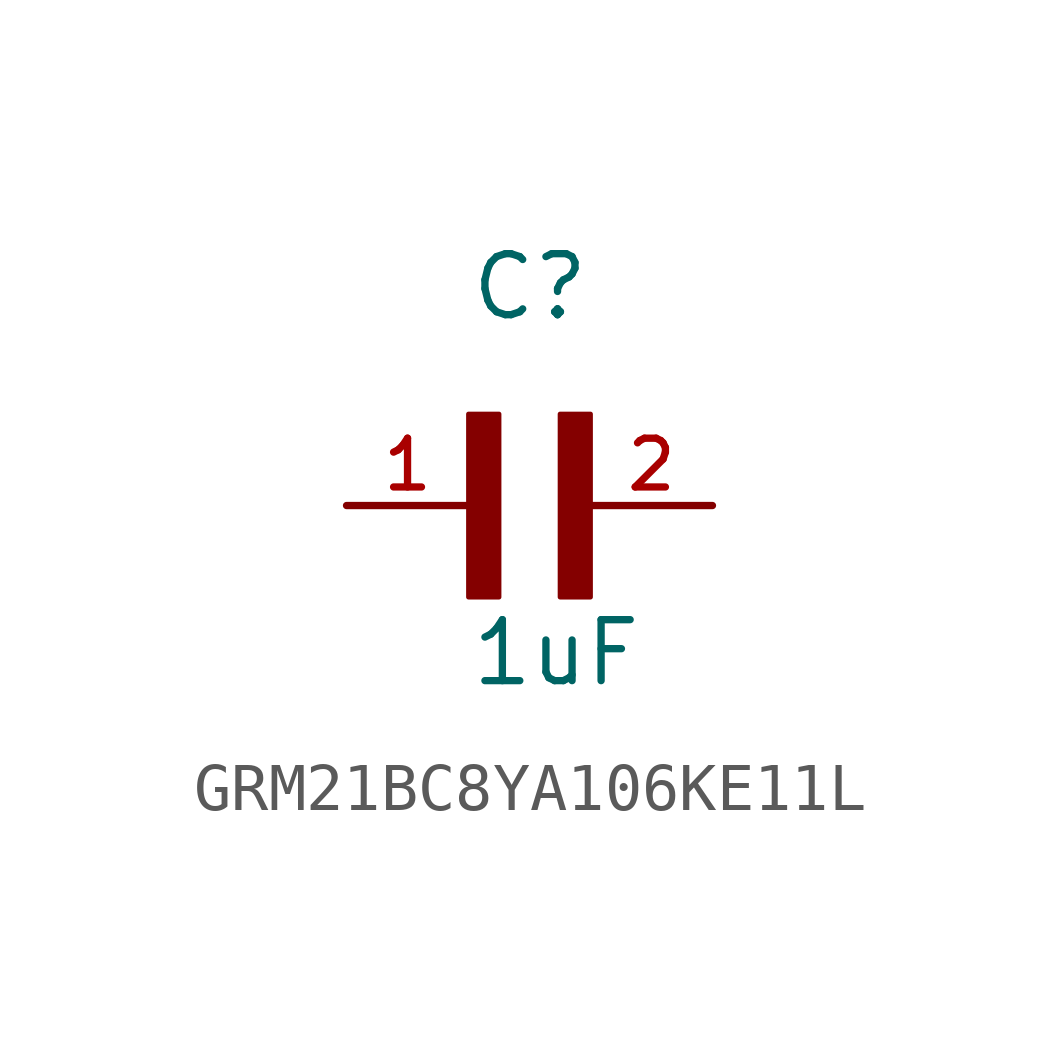
<source format=kicad_sym>
(kicad_symbol_lib
  (version 20220914)
  (generator kicad_symbol_editor)
  (symbol "GRM21BC8YA106KE11L"
    (pin_names
      (offset 1.016))
    (property "Reference" "C"
      (at 0 3.811 0)
      (effects (font (size 1.27 1.27)) (justify left bottom)))
    (property "Value" "1uF"
      (at 0 -3.81 0)
      (effects (font (size 1.27 1.27)) (justify left bottom)))
    (symbol "GRM21BC8YA106KE11L_0_0"
      (rectangle (start 0 1.905) (end 0.635 -1.907) (stroke (width 0.1) (type default)) (fill (type outline)))
      (rectangle (start 1.907 1.905) (end 2.54 -1.907) (stroke (width 0.1) (type default)) (fill (type outline)))
      (pin passive line (at -2.54 0 0) (length 2.54) (name "~" (effects (font (size 1.016 1.016)))) (number "1" (effects (font (size 1.016 1.016)))))
      (pin passive line (at 5.08 0 180) (length 2.54) (name "~" (effects (font (size 1.016 1.016)))) (number "2" (effects (font (size 1.016 1.016))))))))
</source>
